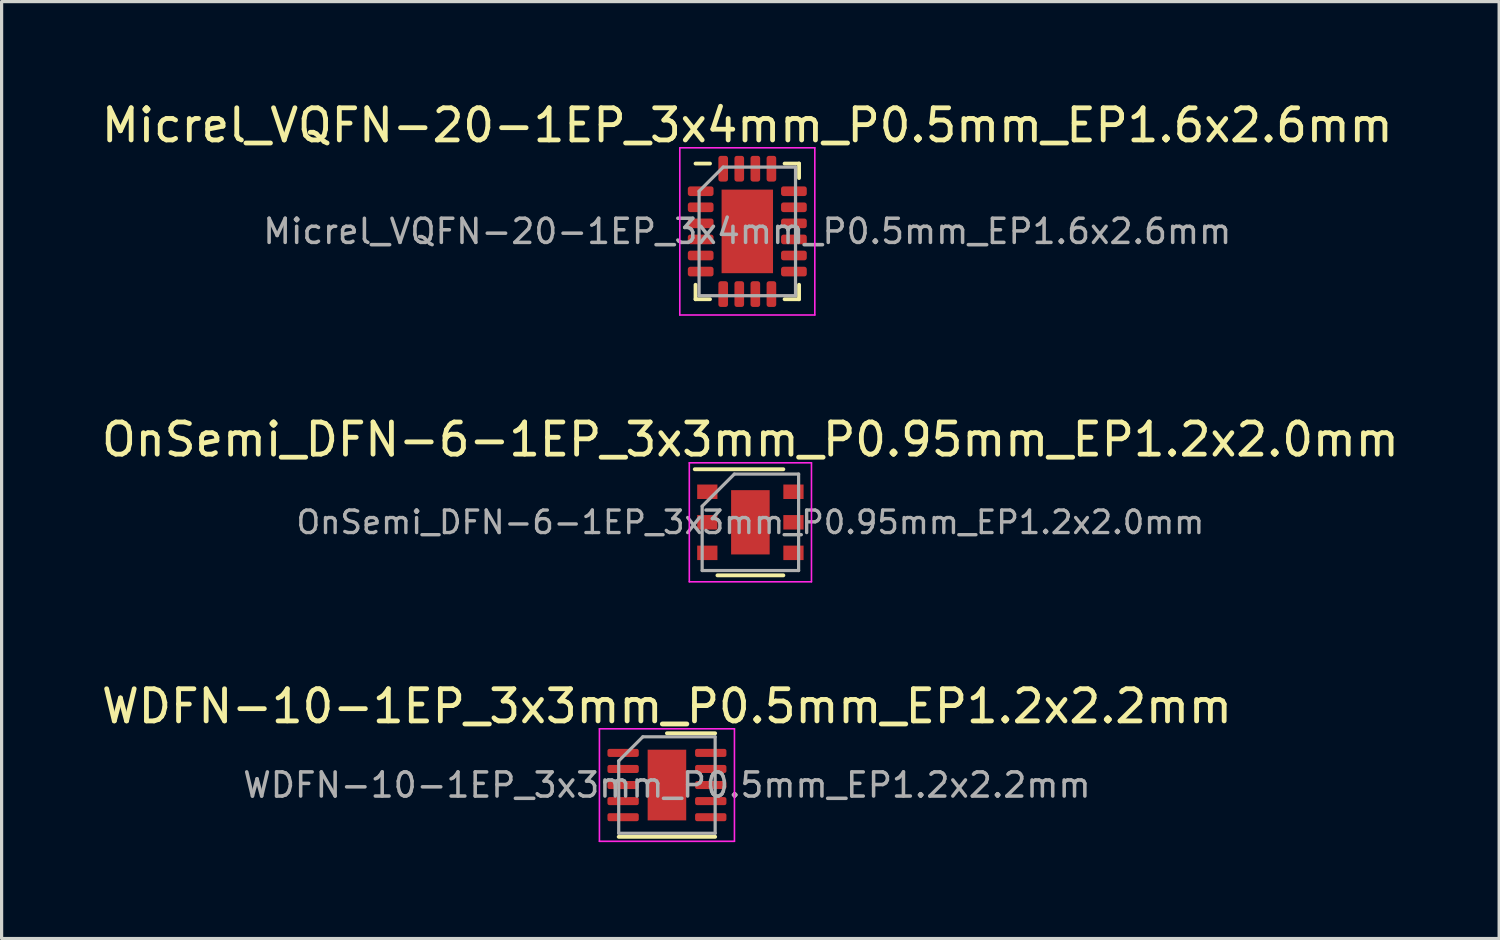
<source format=kicad_pcb>
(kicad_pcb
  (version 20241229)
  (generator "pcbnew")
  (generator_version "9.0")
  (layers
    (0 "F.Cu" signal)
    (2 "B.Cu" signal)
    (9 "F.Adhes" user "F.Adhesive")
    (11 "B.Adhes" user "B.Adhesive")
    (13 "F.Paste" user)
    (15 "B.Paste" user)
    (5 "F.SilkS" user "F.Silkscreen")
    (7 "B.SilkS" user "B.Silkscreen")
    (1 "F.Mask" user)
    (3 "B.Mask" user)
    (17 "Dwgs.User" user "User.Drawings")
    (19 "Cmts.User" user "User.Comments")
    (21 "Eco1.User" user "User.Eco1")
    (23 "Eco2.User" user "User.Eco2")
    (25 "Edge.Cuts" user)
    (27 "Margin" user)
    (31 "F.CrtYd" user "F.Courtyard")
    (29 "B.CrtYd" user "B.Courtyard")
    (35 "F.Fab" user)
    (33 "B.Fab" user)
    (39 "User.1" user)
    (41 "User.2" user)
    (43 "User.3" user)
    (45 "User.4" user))
  (footprint "OnSemi_DFN-6-1EP_3x3mm_P0.95mm_EP1.2x2.0mm"
    (layer "F.Cu")
    (at 20.292 13.197)
    (property "Reference" "OnSemi_DFN-6-1EP_3x3mm_P0.95mm_EP1.2x2.0mm" (at 0 -2.575 0) (layer "F.SilkS") (effects (font (size 1 1) (thickness 0.15))))
    (attr smd)
    (fp_line (start -1.73 -1.65) (end 1.025 -1.65) (stroke (width 0.12) (type solid)) (layer "F.SilkS"))
    (fp_line (start -1.025 1.65) (end 1.025 1.65) (stroke (width 0.12) (type solid)) (layer "F.SilkS"))
    (fp_line (start -1.9 -1.85) (end -1.9 1.85) (stroke (width 0.05) (type solid)) (layer "F.CrtYd"))
    (fp_line (start -1.9 -1.85) (end 1.9 -1.85) (stroke (width 0.05) (type solid)) (layer "F.CrtYd"))
    (fp_line (start -1.9 1.85) (end 1.9 1.85) (stroke (width 0.05) (type solid)) (layer "F.CrtYd"))
    (fp_line (start 1.9 -1.85) (end 1.9 1.85) (stroke (width 0.05) (type solid)) (layer "F.CrtYd"))
    (fp_line (start -1.5 -0.5) (end -0.5 -1.5) (stroke (width 0.1) (type solid)) (layer "F.Fab"))
    (fp_line (start -1.5 1.5) (end -1.5 -0.5) (stroke (width 0.1) (type solid)) (layer "F.Fab"))
    (fp_line (start -0.5 -1.5) (end 1.5 -1.5) (stroke (width 0.1) (type solid)) (layer "F.Fab"))
    (fp_line (start 1.5 -1.5) (end 1.5 1.5) (stroke (width 0.1) (type solid)) (layer "F.Fab"))
    (fp_line (start 1.5 1.5) (end -1.5 1.5) (stroke (width 0.1) (type solid)) (layer "F.Fab"))
    (fp_text user "${REFERENCE}" (at 0 0 0) (layer "F.Fab") (effects (font (size 0.7 0.7) (thickness 0.105))))
    (pad "" smd rect (at 0 -0.5) (size 0.9 0.7) (layers "F.Paste"))
    (pad "" smd rect (at 0 0.5) (size 0.9 0.7) (layers "F.Paste"))
    (pad "1" smd rect (at -1.34 -0.95) (size 0.63 0.45) (layers "F.Cu" "F.Mask" "F.Paste"))
    (pad "2" smd rect (at -1.34 0) (size 0.63 0.45) (layers "F.Cu" "F.Mask" "F.Paste"))
    (pad "3" smd rect (at -1.34 0.95) (size 0.63 0.45) (layers "F.Cu" "F.Mask" "F.Paste"))
    (pad "4" smd rect (at 1.34 0.95) (size 0.63 0.45) (layers "F.Cu" "F.Mask" "F.Paste"))
    (pad "5" smd rect (at 1.34 0) (size 0.63 0.45) (layers "F.Cu" "F.Mask" "F.Paste"))
    (pad "6" smd rect (at 1.34 -0.95) (size 0.63 0.45) (layers "F.Cu" "F.Mask" "F.Paste"))
    (pad "7" smd rect (at 0 0) (size 1.2 2) (layers "F.Cu" "F.Mask")))
  (footprint "Micrel_VQFN-20-1EP_3x4mm_P0.5mm_EP1.6x2.6mm"
    (layer "F.Cu")
    (at 20.196 4.148)
    (property "Reference" "Micrel_VQFN-20-1EP_3x4mm_P0.5mm_EP1.6x2.6mm" (at 0 -3.3 0) (layer "F.SilkS") (effects (font (size 1 1) (thickness 0.15))))
    (attr smd)
    (fp_line (start -1.61 2.11) (end -1.61 1.66) (stroke (width 0.12) (type solid)) (layer "F.SilkS"))
    (fp_line (start -1.16 -2.11) (end -1.61 -2.11) (stroke (width 0.12) (type solid)) (layer "F.SilkS"))
    (fp_line (start -1.16 2.11) (end -1.61 2.11) (stroke (width 0.12) (type solid)) (layer "F.SilkS"))
    (fp_line (start 1.16 -2.11) (end 1.61 -2.11) (stroke (width 0.12) (type solid)) (layer "F.SilkS"))
    (fp_line (start 1.16 2.11) (end 1.61 2.11) (stroke (width 0.12) (type solid)) (layer "F.SilkS"))
    (fp_line (start 1.61 -2.11) (end 1.61 -1.66) (stroke (width 0.12) (type solid)) (layer "F.SilkS"))
    (fp_line (start 1.61 2.11) (end 1.61 1.66) (stroke (width 0.12) (type solid)) (layer "F.SilkS"))
    (fp_line (start -2.1 -2.6) (end -2.1 2.6) (stroke (width 0.05) (type solid)) (layer "F.CrtYd"))
    (fp_line (start -2.1 2.6) (end 2.1 2.6) (stroke (width 0.05) (type solid)) (layer "F.CrtYd"))
    (fp_line (start 2.1 -2.6) (end -2.1 -2.6) (stroke (width 0.05) (type solid)) (layer "F.CrtYd"))
    (fp_line (start 2.1 2.6) (end 2.1 -2.6) (stroke (width 0.05) (type solid)) (layer "F.CrtYd"))
    (fp_line (start -1.5 -1.25) (end -0.75 -2) (stroke (width 0.1) (type solid)) (layer "F.Fab"))
    (fp_line (start -1.5 2) (end -1.5 -1.25) (stroke (width 0.1) (type solid)) (layer "F.Fab"))
    (fp_line (start -0.75 -2) (end 1.5 -2) (stroke (width 0.1) (type solid)) (layer "F.Fab"))
    (fp_line (start 1.5 -2) (end 1.5 2) (stroke (width 0.1) (type solid)) (layer "F.Fab"))
    (fp_line (start 1.5 2) (end -1.5 2) (stroke (width 0.1) (type solid)) (layer "F.Fab"))
    (fp_text user "${REFERENCE}" (at 0 0 0) (layer "F.Fab") (effects (font (size 0.75 0.75) (thickness 0.11))))
    (pad "" smd roundrect (at -0.4 -0.65) (size 0.64 1.05) (layers "F.Paste") (roundrect_rratio 0.25))
    (pad "" smd roundrect (at -0.4 0.65) (size 0.64 1.05) (layers "F.Paste") (roundrect_rratio 0.25))
    (pad "" smd roundrect (at 0.4 -0.65) (size 0.64 1.05) (layers "F.Paste") (roundrect_rratio 0.25))
    (pad "" smd roundrect (at 0.4 0.65) (size 0.64 1.05) (layers "F.Paste") (roundrect_rratio 0.25))
    (pad "1" smd roundrect (at -1.45 -1.25) (size 0.8 0.3) (layers "F.Cu" "F.Mask" "F.Paste") (roundrect_rratio 0.25))
    (pad "2" smd roundrect (at -1.45 -0.75) (size 0.8 0.3) (layers "F.Cu" "F.Mask" "F.Paste") (roundrect_rratio 0.25))
    (pad "3" smd roundrect (at -1.45 -0.25) (size 0.8 0.3) (layers "F.Cu" "F.Mask" "F.Paste") (roundrect_rratio 0.25))
    (pad "4" smd roundrect (at -1.45 0.25) (size 0.8 0.3) (layers "F.Cu" "F.Mask" "F.Paste") (roundrect_rratio 0.25))
    (pad "5" smd roundrect (at -1.45 0.75) (size 0.8 0.3) (layers "F.Cu" "F.Mask" "F.Paste") (roundrect_rratio 0.25))
    (pad "6" smd roundrect (at -1.45 1.25) (size 0.8 0.3) (layers "F.Cu" "F.Mask" "F.Paste") (roundrect_rratio 0.25))
    (pad "7" smd roundrect (at -0.75 1.95) (size 0.3 0.8) (layers "F.Cu" "F.Mask" "F.Paste") (roundrect_rratio 0.25))
    (pad "8" smd roundrect (at -0.25 1.95) (size 0.3 0.8) (layers "F.Cu" "F.Mask" "F.Paste") (roundrect_rratio 0.25))
    (pad "9" smd roundrect (at 0.25 1.95) (size 0.3 0.8) (layers "F.Cu" "F.Mask" "F.Paste") (roundrect_rratio 0.25))
    (pad "10" smd roundrect (at 0.75 1.95) (size 0.3 0.8) (layers "F.Cu" "F.Mask" "F.Paste") (roundrect_rratio 0.25))
    (pad "11" smd roundrect (at 1.45 1.25) (size 0.8 0.3) (layers "F.Cu" "F.Mask" "F.Paste") (roundrect_rratio 0.25))
    (pad "12" smd roundrect (at 1.45 0.75) (size 0.8 0.3) (layers "F.Cu" "F.Mask" "F.Paste") (roundrect_rratio 0.25))
    (pad "13" smd roundrect (at 1.45 0.25) (size 0.8 0.3) (layers "F.Cu" "F.Mask" "F.Paste") (roundrect_rratio 0.25))
    (pad "14" smd roundrect (at 1.45 -0.25) (size 0.8 0.3) (layers "F.Cu" "F.Mask" "F.Paste") (roundrect_rratio 0.25))
    (pad "15" smd roundrect (at 1.45 -0.75) (size 0.8 0.3) (layers "F.Cu" "F.Mask" "F.Paste") (roundrect_rratio 0.25))
    (pad "16" smd roundrect (at 1.45 -1.25) (size 0.8 0.3) (layers "F.Cu" "F.Mask" "F.Paste") (roundrect_rratio 0.25))
    (pad "17" smd roundrect (at 0.75 -1.95) (size 0.3 0.8) (layers "F.Cu" "F.Mask" "F.Paste") (roundrect_rratio 0.25))
    (pad "18" smd roundrect (at 0.25 -1.95) (size 0.3 0.8) (layers "F.Cu" "F.Mask" "F.Paste") (roundrect_rratio 0.25))
    (pad "19" smd roundrect (at -0.25 -1.95) (size 0.3 0.8) (layers "F.Cu" "F.Mask" "F.Paste") (roundrect_rratio 0.25))
    (pad "20" smd roundrect (at -0.75 -1.95) (size 0.3 0.8) (layers "F.Cu" "F.Mask" "F.Paste") (roundrect_rratio 0.25))
    (pad "21" smd rect (at 0 0) (size 1.6 2.6) (layers "F.Cu" "F.Mask")))
  (footprint "WDFN-10-1EP_3x3mm_P0.5mm_EP1.2x2.2mm"
    (layer "F.Cu")
    (at 17.696 21.37)
    (property "Reference" "WDFN-10-1EP_3x3mm_P0.5mm_EP1.2x2.2mm" (at 0 -2.45 0) (layer "F.SilkS") (effects (font (size 1 1) (thickness 0.15))))
    (attr smd)
    (fp_line (start -1.5 1.61) (end 1.5 1.61) (stroke (width 0.12) (type solid)) (layer "F.SilkS"))
    (fp_line (start 0 -1.61) (end 1.5 -1.61) (stroke (width 0.12) (type solid)) (layer "F.SilkS"))
    (fp_line (start -2.1 -1.75) (end -2.1 1.75) (stroke (width 0.05) (type solid)) (layer "F.CrtYd"))
    (fp_line (start -2.1 1.75) (end 2.1 1.75) (stroke (width 0.05) (type solid)) (layer "F.CrtYd"))
    (fp_line (start 2.1 -1.75) (end -2.1 -1.75) (stroke (width 0.05) (type solid)) (layer "F.CrtYd"))
    (fp_line (start 2.1 1.75) (end 2.1 -1.75) (stroke (width 0.05) (type solid)) (layer "F.CrtYd"))
    (fp_line (start -1.5 -0.75) (end -0.75 -1.5) (stroke (width 0.1) (type solid)) (layer "F.Fab"))
    (fp_line (start -1.5 1.5) (end -1.5 -0.75) (stroke (width 0.1) (type solid)) (layer "F.Fab"))
    (fp_line (start -0.75 -1.5) (end 1.5 -1.5) (stroke (width 0.1) (type solid)) (layer "F.Fab"))
    (fp_line (start 1.5 -1.5) (end 1.5 1.5) (stroke (width 0.1) (type solid)) (layer "F.Fab"))
    (fp_line (start 1.5 1.5) (end -1.5 1.5) (stroke (width 0.1) (type solid)) (layer "F.Fab"))
    (fp_text user "${REFERENCE}" (at 0 0 0) (layer "F.Fab") (effects (font (size 0.75 0.75) (thickness 0.11))))
    (pad "" smd roundrect (at -0.3 -0.55) (size 0.48 0.89) (layers "F.Paste") (roundrect_rratio 0.25))
    (pad "" smd roundrect (at -0.3 0.55) (size 0.48 0.89) (layers "F.Paste") (roundrect_rratio 0.25))
    (pad "" smd roundrect (at 0.3 -0.55) (size 0.48 0.89) (layers "F.Paste") (roundrect_rratio 0.25))
    (pad "" smd roundrect (at 0.3 0.55) (size 0.48 0.89) (layers "F.Paste") (roundrect_rratio 0.25))
    (pad "1" smd roundrect (at -1.363 -1) (size 0.975 0.25) (layers "F.Cu" "F.Mask" "F.Paste") (roundrect_rratio 0.25))
    (pad "2" smd roundrect (at -1.363 -0.5) (size 0.975 0.25) (layers "F.Cu" "F.Mask" "F.Paste") (roundrect_rratio 0.25))
    (pad "3" smd roundrect (at -1.363 0) (size 0.975 0.25) (layers "F.Cu" "F.Mask" "F.Paste") (roundrect_rratio 0.25))
    (pad "4" smd roundrect (at -1.363 0.5) (size 0.975 0.25) (layers "F.Cu" "F.Mask" "F.Paste") (roundrect_rratio 0.25))
    (pad "5" smd roundrect (at -1.363 1) (size 0.975 0.25) (layers "F.Cu" "F.Mask" "F.Paste") (roundrect_rratio 0.25))
    (pad "6" smd roundrect (at 1.363 1) (size 0.975 0.25) (layers "F.Cu" "F.Mask" "F.Paste") (roundrect_rratio 0.25))
    (pad "7" smd roundrect (at 1.363 0.5) (size 0.975 0.25) (layers "F.Cu" "F.Mask" "F.Paste") (roundrect_rratio 0.25))
    (pad "8" smd roundrect (at 1.363 0) (size 0.975 0.25) (layers "F.Cu" "F.Mask" "F.Paste") (roundrect_rratio 0.25))
    (pad "9" smd roundrect (at 1.363 -0.5) (size 0.975 0.25) (layers "F.Cu" "F.Mask" "F.Paste") (roundrect_rratio 0.25))
    (pad "10" smd roundrect (at 1.363 -1) (size 0.975 0.25) (layers "F.Cu" "F.Mask" "F.Paste") (roundrect_rratio 0.25))
    (pad "11" smd rect (at 0 0) (size 1.2 2.2) (layers "F.Cu" "F.Mask")))
  (gr_rect
    (start -3 -3)
    (end 43.583 26.145)
    (stroke (width 0.1) (type default))
    (fill no)
    (layer "Edge.Cuts")))
</source>
